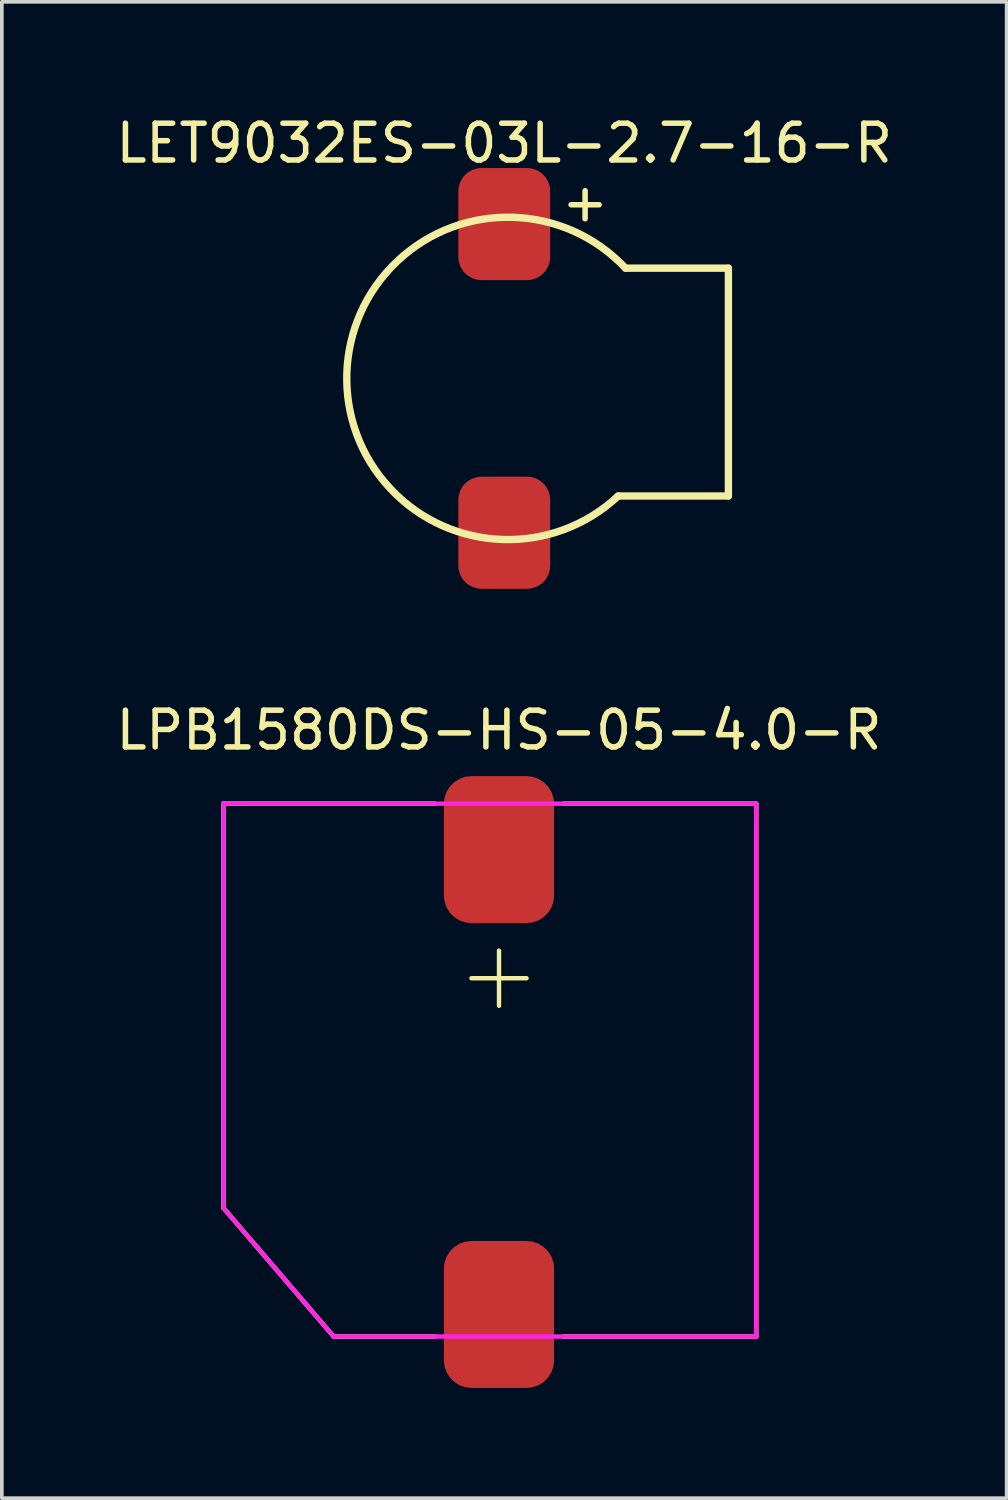
<source format=kicad_pcb>
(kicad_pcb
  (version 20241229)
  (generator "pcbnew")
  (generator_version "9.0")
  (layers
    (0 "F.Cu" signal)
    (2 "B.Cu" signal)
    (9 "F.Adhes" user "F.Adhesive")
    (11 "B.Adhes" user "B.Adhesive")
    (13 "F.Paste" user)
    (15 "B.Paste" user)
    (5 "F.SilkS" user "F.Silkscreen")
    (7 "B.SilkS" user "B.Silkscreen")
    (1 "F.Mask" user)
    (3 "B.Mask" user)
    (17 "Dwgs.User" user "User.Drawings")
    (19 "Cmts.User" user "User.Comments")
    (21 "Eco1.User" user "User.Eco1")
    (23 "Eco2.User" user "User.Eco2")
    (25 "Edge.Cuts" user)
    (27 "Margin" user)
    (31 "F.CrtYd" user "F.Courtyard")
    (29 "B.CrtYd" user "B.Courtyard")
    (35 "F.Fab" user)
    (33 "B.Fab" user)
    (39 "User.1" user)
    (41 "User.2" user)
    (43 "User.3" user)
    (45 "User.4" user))
  (footprint "LET9032ES-03L-2.7-16-R"
    (layer "F.Cu")
    (at 10.673 0.348)
    (property "Reference" "LET9032ES-03L-2.7-16-R" (at 0 0.5 0) (layer "F.SilkS") (effects (font (size 1 1) (thickness 0.15))))
    (attr through_hole)
    (fp_line (start 3.1 10.1) (end 6.1 10.1) (stroke (width 0.2) (type solid)) (layer "F.SilkS"))
    (fp_line (start 3.3 3.9) (end 6.1 3.9) (stroke (width 0.2) (type solid)) (layer "F.SilkS"))
    (fp_line (start 6.1 10.1) (end 6.1 3.9) (stroke (width 0.2) (type solid)) (layer "F.SilkS"))
    (fp_arc (start 3.1 10.1) (mid -4.284062 6.758579) (end 3.3 3.9) (stroke (width 0.2) (type solid)) (layer "F.SilkS"))
    (fp_text user "+" (at 2.2 2.1 0) (layer "F.SilkS") (effects (font (size 1 1) (thickness 0.15))))
    (pad "1" smd roundrect (at 0 2.7) (size 2.5 3.05) (layers "F.Cu" "F.Mask" "F.Paste") (roundrect_rratio 0.25))
    (pad "2" smd roundrect (at 0 11.1) (size 2.5 3.05) (layers "F.Cu" "F.Mask" "F.Paste") (roundrect_rratio 0.25)))
  (footprint "LPB1580DS-HS-05-4.0-R"
    (layer "F.Cu")
    (at 10.53 16.322)
    (property "Reference" "LPB1580DS-HS-05-4.0-R" (at 0 0.5 0) (layer "F.SilkS") (effects (font (size 1 1) (thickness 0.15))))
    (attr through_hole)
    (fp_line (start -7.5 2.5) (end -1.75 2.5) (stroke (width 0.12) (type solid)) (layer "F.SilkS"))
    (fp_line (start -7.5 13.5) (end -7.5 2.5) (stroke (width 0.12) (type solid)) (layer "F.SilkS"))
    (fp_line (start -7.5 13.5) (end -4.5 17) (stroke (width 0.12) (type solid)) (layer "F.SilkS"))
    (fp_line (start -1.75 17) (end -4.5 17) (stroke (width 0.12) (type solid)) (layer "F.SilkS"))
    (fp_line (start -0.75 7.25) (end 0.75 7.25) (stroke (width 0.12) (type solid)) (layer "F.SilkS"))
    (fp_line (start 0 6.5) (end 0 8) (stroke (width 0.12) (type solid)) (layer "F.SilkS"))
    (fp_line (start 7 2.5) (end 1.75 2.5) (stroke (width 0.12) (type solid)) (layer "F.SilkS"))
    (fp_line (start 7 2.5) (end 7 17) (stroke (width 0.12) (type solid)) (layer "F.SilkS"))
    (fp_line (start 7 17) (end 1.75 17) (stroke (width 0.12) (type solid)) (layer "F.SilkS"))
    (fp_line (start -7.5 2.5) (end -7.5 13.5) (stroke (width 0.12) (type solid)) (layer "F.CrtYd"))
    (fp_line (start -7.5 13.5) (end -4.5 17) (stroke (width 0.12) (type solid)) (layer "F.CrtYd"))
    (fp_line (start -4.5 17) (end 7 17) (stroke (width 0.12) (type solid)) (layer "F.CrtYd"))
    (fp_line (start 7 2.5) (end -7.5 2.5) (stroke (width 0.12) (type solid)) (layer "F.CrtYd"))
    (fp_line (start 7 17) (end 7 2.5) (stroke (width 0.12) (type solid)) (layer "F.CrtYd"))
    (pad "1" smd roundrect (at 0 3.75) (size 3 4) (layers "F.Cu" "F.Mask" "F.Paste") (roundrect_rratio 0.25))
    (pad "2" smd roundrect (at 0 16.4) (size 3 4) (layers "F.Cu" "F.Mask" "F.Paste") (roundrect_rratio 0.25)))
  (gr_rect
    (start -3 -3)
    (end 24.345 37.721)
    (stroke (width 0.1) (type default))
    (fill no)
    (layer "Edge.Cuts")))
</source>
